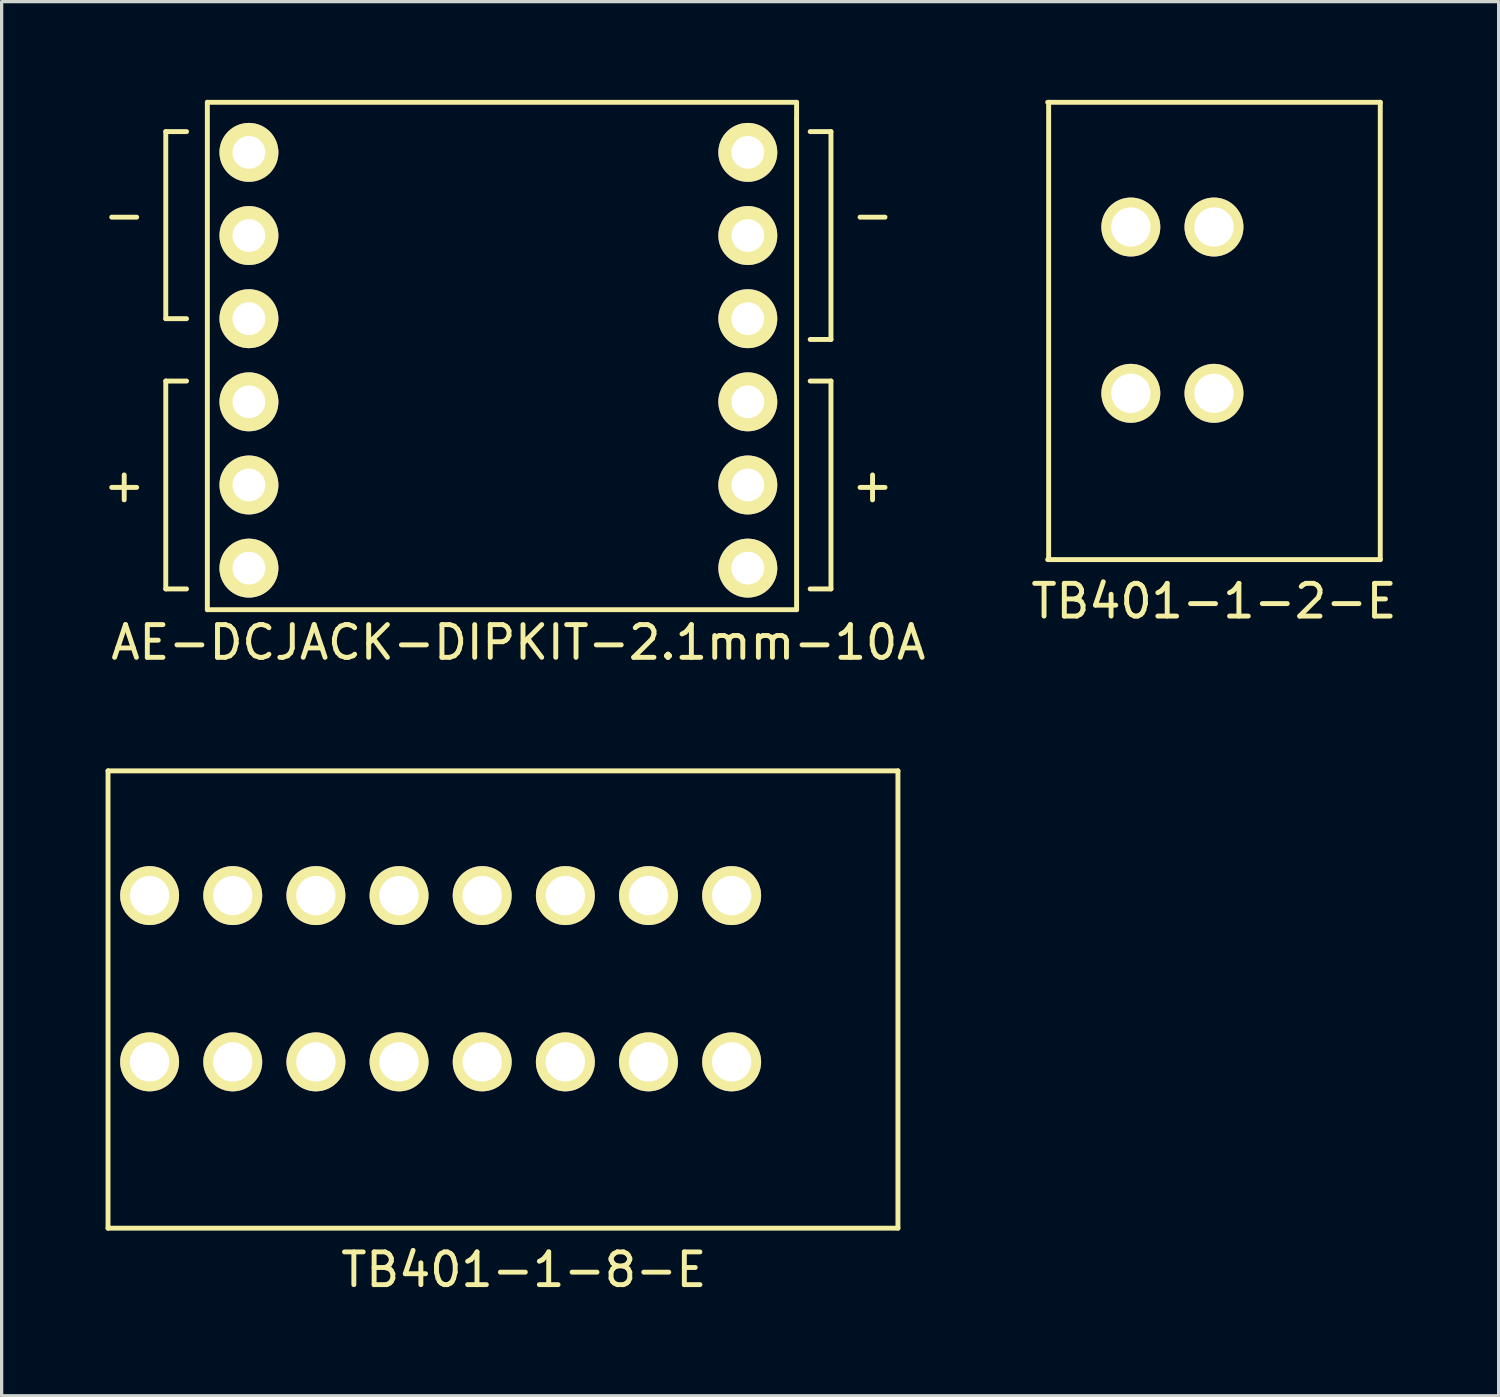
<source format=kicad_pcb>
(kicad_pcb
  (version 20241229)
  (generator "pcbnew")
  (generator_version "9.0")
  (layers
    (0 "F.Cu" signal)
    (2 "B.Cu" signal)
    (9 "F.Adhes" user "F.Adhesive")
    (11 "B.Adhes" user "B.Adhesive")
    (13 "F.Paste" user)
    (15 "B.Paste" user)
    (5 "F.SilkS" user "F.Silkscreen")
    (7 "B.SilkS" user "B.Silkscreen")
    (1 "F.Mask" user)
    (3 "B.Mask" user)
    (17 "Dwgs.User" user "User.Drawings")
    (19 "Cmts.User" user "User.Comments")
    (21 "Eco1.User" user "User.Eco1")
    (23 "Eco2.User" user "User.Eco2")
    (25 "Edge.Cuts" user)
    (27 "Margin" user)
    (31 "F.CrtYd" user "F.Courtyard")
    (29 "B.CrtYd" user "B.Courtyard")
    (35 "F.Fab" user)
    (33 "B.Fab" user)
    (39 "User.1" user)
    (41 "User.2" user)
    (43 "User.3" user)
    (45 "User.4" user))
  (footprint "TB401-1-8-E"
    (layer "F.Cu")
    (at 0.25 34.468)
    (property "Reference" "TB401-1-8-E" (at 12.7 1.27 0) (layer "F.SilkS") (effects (font (size 1 1) (thickness 0.15))))
    (attr through_hole)
    (fp_line (start 0 -13.97) (end 24.13 -13.97) (stroke (width 0.15) (type solid)) (layer "F.SilkS"))
    (fp_line (start 0 0) (end 0 -13.97) (stroke (width 0.15) (type solid)) (layer "F.SilkS"))
    (fp_line (start 24.13 -13.97) (end 24.13 0) (stroke (width 0.15) (type solid)) (layer "F.SilkS"))
    (fp_line (start 24.13 0) (end 0 0) (stroke (width 0.15) (type solid)) (layer "F.SilkS"))
    (pad "1" thru_hole circle (at 19.05 -10.16) (size 1.8 1.8) (drill 1.2) (layers "*.Cu" "*.Mask" "F.SilkS"))
    (pad "2" thru_hole circle (at 16.51 -10.16) (size 1.8 1.8) (drill 1.2) (layers "*.Cu" "*.Mask" "F.SilkS"))
    (pad "3" thru_hole circle (at 13.97 -10.16) (size 1.8 1.8) (drill 1.2) (layers "*.Cu" "*.Mask" "F.SilkS"))
    (pad "4" thru_hole circle (at 11.43 -10.16) (size 1.8 1.8) (drill 1.2) (layers "*.Cu" "*.Mask" "F.SilkS"))
    (pad "5" thru_hole circle (at 8.89 -10.16) (size 1.8 1.8) (drill 1.2) (layers "*.Cu" "*.Mask" "F.SilkS"))
    (pad "6" thru_hole circle (at 6.35 -10.16) (size 1.8 1.8) (drill 1.2) (layers "*.Cu" "*.Mask" "F.SilkS"))
    (pad "7" thru_hole circle (at 3.81 -10.16) (size 1.8 1.8) (drill 1.2) (layers "*.Cu" "*.Mask" "F.SilkS"))
    (pad "8" thru_hole circle (at 1.27 -10.16) (size 1.8 1.8) (drill 1.2) (layers "*.Cu" "*.Mask" "F.SilkS"))
    (pad "9" thru_hole circle (at 19.05 -5.08) (size 1.8 1.8) (drill 1.2) (layers "*.Cu" "*.Mask" "F.SilkS"))
    (pad "10" thru_hole circle (at 16.51 -5.08) (size 1.8 1.8) (drill 1.2) (layers "*.Cu" "*.Mask" "F.SilkS"))
    (pad "11" thru_hole circle (at 13.97 -5.08) (size 1.8 1.8) (drill 1.2) (layers "*.Cu" "*.Mask" "F.SilkS"))
    (pad "12" thru_hole circle (at 11.43 -5.08) (size 1.8 1.8) (drill 1.2) (layers "*.Cu" "*.Mask" "F.SilkS"))
    (pad "13" thru_hole circle (at 8.89 -5.08) (size 1.8 1.8) (drill 1.2) (layers "*.Cu" "*.Mask" "F.SilkS"))
    (pad "14" thru_hole circle (at 6.35 -5.08) (size 1.8 1.8) (drill 1.2) (layers "*.Cu" "*.Mask" "F.SilkS"))
    (pad "15" thru_hole circle (at 3.81 -5.08) (size 1.8 1.8) (drill 1.2) (layers "*.Cu" "*.Mask" "F.SilkS"))
    (pad "16" thru_hole circle (at 1.27 -5.08) (size 1.8 1.8) (drill 1.2) (layers "*.Cu" "*.Mask" "F.SilkS")))
  (footprint "AE-DCJACK-DIPKIT-2.1mm-10A"
    (layer "F.Cu")
    (at 3.284 15.575)
    (property "Reference" "AE-DCJACK-DIPKIT-2.1mm-10A" (at 9.5 1 0) (layer "F.SilkS") (effects (font (size 1 1) (thickness 0.15))))
    (attr through_hole)
    (fp_line (start -1.27 -14.605) (end -1.27 -8.89) (stroke (width 0.15) (type solid)) (layer "F.SilkS"))
    (fp_line (start -1.27 -8.89) (end -0.635 -8.89) (stroke (width 0.15) (type solid)) (layer "F.SilkS"))
    (fp_line (start -1.27 -6.985) (end -1.27 -0.635) (stroke (width 0.15) (type solid)) (layer "F.SilkS"))
    (fp_line (start -1.27 -0.635) (end -0.635 -0.635) (stroke (width 0.15) (type solid)) (layer "F.SilkS"))
    (fp_line (start -0.635 -14.605) (end -1.27 -14.605) (stroke (width 0.15) (type solid)) (layer "F.SilkS"))
    (fp_line (start -0.635 -6.985) (end -1.27 -6.985) (stroke (width 0.15) (type solid)) (layer "F.SilkS"))
    (fp_line (start 0 -15.5) (end 0 0) (stroke (width 0.15) (type solid)) (layer "F.SilkS"))
    (fp_line (start 0 0) (end 18 0) (stroke (width 0.15) (type solid)) (layer "F.SilkS"))
    (fp_line (start 18 -15.5) (end 0 -15.5) (stroke (width 0.15) (type solid)) (layer "F.SilkS"))
    (fp_line (start 18 -15) (end 18 -15.5) (stroke (width 0.15) (type solid)) (layer "F.SilkS"))
    (fp_line (start 18 0) (end 18 -15) (stroke (width 0.15) (type solid)) (layer "F.SilkS"))
    (fp_line (start 18.415 -14.605) (end 19.05 -14.605) (stroke (width 0.15) (type solid)) (layer "F.SilkS"))
    (fp_line (start 18.415 -6.985) (end 19.05 -6.985) (stroke (width 0.15) (type solid)) (layer "F.SilkS"))
    (fp_line (start 19.05 -14.605) (end 19.05 -8.255) (stroke (width 0.15) (type solid)) (layer "F.SilkS"))
    (fp_line (start 19.05 -8.255) (end 18.415 -8.255) (stroke (width 0.15) (type solid)) (layer "F.SilkS"))
    (fp_line (start 19.05 -6.985) (end 19.05 -0.635) (stroke (width 0.15) (type solid)) (layer "F.SilkS"))
    (fp_line (start 19.05 -0.635) (end 18.415 -0.635) (stroke (width 0.15) (type solid)) (layer "F.SilkS"))
    (fp_text user "+" (at 20.32 -3.81 0) (layer "F.SilkS") (effects (font (size 1 1) (thickness 0.15))))
    (fp_text user "-" (at 20.32 -12.065 0) (layer "F.SilkS") (effects (font (size 1 1) (thickness 0.15))))
    (fp_text user "+" (at -2.54 -3.81 0) (layer "F.SilkS") (effects (font (size 1 1) (thickness 0.15))))
    (fp_text user "-" (at -2.54 -12.065 0) (layer "F.SilkS") (effects (font (size 1 1) (thickness 0.15))))
    (pad "1" thru_hole circle (at 1.27 -13.97) (size 1.8 1.8) (drill 1) (layers "*.Cu" "*.Mask" "F.SilkS"))
    (pad "2" thru_hole circle (at 1.27 -11.43) (size 1.8 1.8) (drill 1) (layers "*.Cu" "*.Mask" "F.SilkS"))
    (pad "3" thru_hole circle (at 1.27 -8.89) (size 1.8 1.8) (drill 1) (layers "*.Cu" "*.Mask" "F.SilkS"))
    (pad "4" thru_hole circle (at 1.27 -6.35) (size 1.8 1.8) (drill 1) (layers "*.Cu" "*.Mask" "F.SilkS"))
    (pad "5" thru_hole circle (at 1.27 -3.81) (size 1.8 1.8) (drill 1) (layers "*.Cu" "*.Mask" "F.SilkS"))
    (pad "6" thru_hole circle (at 1.27 -1.27) (size 1.8 1.8) (drill 1) (layers "*.Cu" "*.Mask" "F.SilkS"))
    (pad "7" thru_hole circle (at 16.51 -13.97) (size 1.8 1.8) (drill 1) (layers "*.Cu" "*.Mask" "F.SilkS"))
    (pad "8" thru_hole circle (at 16.51 -11.43) (size 1.8 1.8) (drill 1) (layers "*.Cu" "*.Mask" "F.SilkS"))
    (pad "9" thru_hole circle (at 16.51 -8.89) (size 1.8 1.8) (drill 1) (layers "*.Cu" "*.Mask" "F.SilkS"))
    (pad "10" thru_hole circle (at 16.51 -6.35) (size 1.8 1.8) (drill 1) (layers "*.Cu" "*.Mask" "F.SilkS"))
    (pad "11" thru_hole circle (at 16.51 -3.81) (size 1.8 1.8) (drill 1) (layers "*.Cu" "*.Mask" "F.SilkS"))
    (pad "12" thru_hole circle (at 16.51 -1.27) (size 1.8 1.8) (drill 1) (layers "*.Cu" "*.Mask" "F.SilkS")))
  (footprint "TB401-1-2-E"
    (layer "F.Cu")
    (at 39.114 14.045)
    (property "Reference" "TB401-1-2-E" (at -5.08 1.27 0) (layer "F.SilkS") (effects (font (size 1 1) (thickness 0.15))))
    (attr through_hole)
    (fp_line (start -10.13 0) (end -10.13 -13.97) (stroke (width 0.15) (type solid)) (layer "F.SilkS"))
    (fp_line (start 0 -13.97) (end -10.16 -13.97) (stroke (width 0.15) (type solid)) (layer "F.SilkS"))
    (fp_line (start 0 -13.97) (end 0 0) (stroke (width 0.15) (type solid)) (layer "F.SilkS"))
    (fp_line (start 0 0) (end -10.16 0) (stroke (width 0.15) (type solid)) (layer "F.SilkS"))
    (pad "1" thru_hole circle (at -5.08 -10.16) (size 1.8 1.8) (drill 1.2) (layers "*.Cu" "*.Mask" "F.SilkS"))
    (pad "2" thru_hole circle (at -7.62 -10.16) (size 1.8 1.8) (drill 1.2) (layers "*.Cu" "*.Mask" "F.SilkS"))
    (pad "3" thru_hole circle (at -5.08 -5.08) (size 1.8 1.8) (drill 1.2) (layers "*.Cu" "*.Mask" "F.SilkS"))
    (pad "4" thru_hole circle (at -7.62 -5.08) (size 1.8 1.8) (drill 1.2) (layers "*.Cu" "*.Mask" "F.SilkS")))
  (gr_rect
    (start -3 -3)
    (end 42.73 39.587)
    (stroke (width 0.1) (type default))
    (fill no)
    (layer "Edge.Cuts")))
</source>
